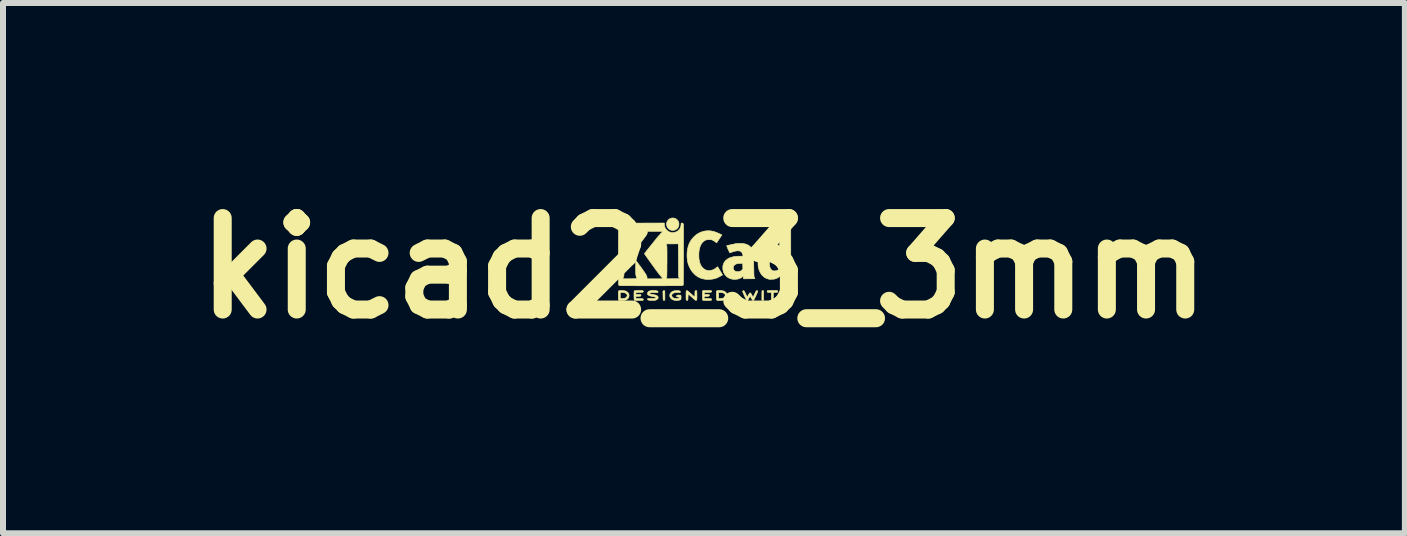
<source format=kicad_pcb>
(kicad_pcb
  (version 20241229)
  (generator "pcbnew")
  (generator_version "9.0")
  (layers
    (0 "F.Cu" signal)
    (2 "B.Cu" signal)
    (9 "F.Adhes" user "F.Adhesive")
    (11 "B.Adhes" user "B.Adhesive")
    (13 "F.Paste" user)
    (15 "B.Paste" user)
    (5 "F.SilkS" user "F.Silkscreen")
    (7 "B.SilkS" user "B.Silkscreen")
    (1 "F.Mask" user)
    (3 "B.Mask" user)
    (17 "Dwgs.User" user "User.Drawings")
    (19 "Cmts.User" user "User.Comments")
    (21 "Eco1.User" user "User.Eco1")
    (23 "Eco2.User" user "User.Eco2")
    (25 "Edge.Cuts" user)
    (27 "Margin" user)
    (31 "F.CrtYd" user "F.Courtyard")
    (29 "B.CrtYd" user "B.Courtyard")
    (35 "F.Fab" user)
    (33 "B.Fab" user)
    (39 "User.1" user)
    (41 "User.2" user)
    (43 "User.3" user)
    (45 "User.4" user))
  (footprint "kicad2_3_3mm"
    (layer "F.Cu")
    (at 8.68 1.418)
    (property "Reference" "kicad2_3_3mm" (at 0 0 0) (layer "F.SilkS") (effects (font (size 1.524 1.524) (thickness 0.3))))
    (attr through_hole)
    (fp_poly (pts (xy 0.984 0.374) (xy 0.987 0.376) (xy 0.993 0.379) (xy 0.993 0.533) (xy 0.987 0.536) (xy 0.982 0.538) (xy 0.978 0.538) (xy 0.974 0.536) (xy 0.969 0.534) (xy 0.966 0.533) (xy 0.966 0.532) (xy 0.965 0.53) (xy 0.965 0.524) (xy 0.965 0.515) (xy 0.965 0.503) (xy 0.965 0.489) (xy 0.965 0.472) (xy 0.965 0.456) (xy 0.965 0.436) (xy 0.965 0.42) (xy 0.965 0.407) (xy 0.966 0.397) (xy 0.966 0.39) (xy 0.966 0.385) (xy 0.967 0.381) (xy 0.968 0.379) (xy 0.969 0.378) (xy 0.969 0.377) (xy 0.977 0.374) (xy 0.984 0.374)) (stroke (width 0.01) (type solid)) (fill yes) (layer "F.SilkS"))
    (fp_poly (pts (xy -0.658 0.376) (xy -0.654 0.38) (xy -0.653 0.382) (xy -0.653 0.385) (xy -0.653 0.392) (xy -0.652 0.402) (xy -0.652 0.415) (xy -0.652 0.43) (xy -0.652 0.446) (xy -0.652 0.457) (xy -0.652 0.476) (xy -0.652 0.492) (xy -0.652 0.504) (xy -0.652 0.514) (xy -0.652 0.521) (xy -0.653 0.526) (xy -0.653 0.529) (xy -0.654 0.531) (xy -0.655 0.532) (xy -0.66 0.537) (xy -0.666 0.538) (xy -0.67 0.537) (xy -0.673 0.536) (xy -0.675 0.534) (xy -0.677 0.532) (xy -0.678 0.528) (xy -0.679 0.523) (xy -0.68 0.515) (xy -0.681 0.506) (xy -0.681 0.493) (xy -0.682 0.477) (xy -0.682 0.457) (xy -0.682 0.455) (xy -0.684 0.385) (xy -0.679 0.381) (xy -0.672 0.376) (xy -0.665 0.375) (xy -0.658 0.376)) (stroke (width 0.01) (type solid)) (fill yes) (layer "F.SilkS"))
    (fp_poly (pts (xy -0.499 -0.834) (xy -0.481 -0.828) (xy -0.463 -0.819) (xy -0.45 -0.809) (xy -0.436 -0.793) (xy -0.426 -0.776) (xy -0.419 -0.758) (xy -0.417 -0.737) (xy -0.417 -0.733) (xy -0.419 -0.711) (xy -0.424 -0.692) (xy -0.434 -0.674) (xy -0.446 -0.659) (xy -0.462 -0.646) (xy -0.481 -0.636) (xy -0.493 -0.632) (xy -0.504 -0.63) (xy -0.518 -0.629) (xy -0.532 -0.629) (xy -0.544 -0.631) (xy -0.547 -0.632) (xy -0.566 -0.639) (xy -0.583 -0.65) (xy -0.597 -0.663) (xy -0.609 -0.679) (xy -0.617 -0.696) (xy -0.622 -0.715) (xy -0.624 -0.735) (xy -0.623 -0.747) (xy -0.618 -0.767) (xy -0.609 -0.785) (xy -0.598 -0.8) (xy -0.585 -0.813) (xy -0.57 -0.823) (xy -0.553 -0.83) (xy -0.535 -0.835) (xy -0.517 -0.836) (xy -0.499 -0.834)) (stroke (width 0.01) (type solid)) (fill yes) (layer "F.SilkS"))
    (fp_poly (pts (xy 1.225 0.377) (xy 1.229 0.384) (xy 1.23 0.391) (xy 1.228 0.397) (xy 1.228 0.398) (xy 1.224 0.4) (xy 1.217 0.402) (xy 1.206 0.403) (xy 1.19 0.404) (xy 1.182 0.404) (xy 1.156 0.404) (xy 1.155 0.437) (xy 1.155 0.452) (xy 1.155 0.469) (xy 1.154 0.485) (xy 1.154 0.5) (xy 1.154 0.5) (xy 1.153 0.532) (xy 1.146 0.536) (xy 1.14 0.538) (xy 1.135 0.537) (xy 1.133 0.536) (xy 1.13 0.534) (xy 1.128 0.531) (xy 1.127 0.527) (xy 1.126 0.521) (xy 1.125 0.513) (xy 1.125 0.503) (xy 1.124 0.489) (xy 1.124 0.471) (xy 1.124 0.466) (xy 1.123 0.405) (xy 1.092 0.404) (xy 1.079 0.404) (xy 1.07 0.403) (xy 1.064 0.402) (xy 1.06 0.401) (xy 1.057 0.4) (xy 1.056 0.399) (xy 1.053 0.393) (xy 1.053 0.386) (xy 1.056 0.379) (xy 1.056 0.378) (xy 1.061 0.373) (xy 1.221 0.373) (xy 1.225 0.377)) (stroke (width 0.01) (type solid)) (fill yes) (layer "F.SilkS"))
    (fp_poly (pts (xy -1.371 0.373) (xy -1.357 0.374) (xy -1.343 0.375) (xy -1.33 0.376) (xy -1.318 0.378) (xy -1.309 0.38) (xy -1.292 0.388) (xy -1.276 0.398) (xy -1.264 0.41) (xy -1.255 0.425) (xy -1.253 0.429) (xy -1.249 0.445) (xy -1.248 0.462) (xy -1.252 0.478) (xy -1.258 0.493) (xy -1.268 0.507) (xy -1.281 0.518) (xy -1.296 0.527) (xy -1.301 0.529) (xy -1.31 0.532) (xy -1.32 0.534) (xy -1.332 0.536) (xy -1.346 0.537) (xy -1.363 0.537) (xy -1.381 0.538) (xy -1.418 0.538) (xy -1.422 0.532) (xy -1.423 0.53) (xy -1.423 0.527) (xy -1.424 0.522) (xy -1.425 0.515) (xy -1.425 0.506) (xy -1.395 0.506) (xy -1.362 0.505) (xy -1.348 0.505) (xy -1.338 0.504) (xy -1.33 0.504) (xy -1.324 0.502) (xy -1.319 0.501) (xy -1.316 0.5) (xy -1.302 0.493) (xy -1.291 0.483) (xy -1.283 0.471) (xy -1.279 0.46) (xy -1.28 0.45) (xy -1.284 0.439) (xy -1.286 0.435) (xy -1.294 0.427) (xy -1.303 0.419) (xy -1.314 0.413) (xy -1.32 0.411) (xy -1.334 0.408) (xy -1.349 0.406) (xy -1.366 0.405) (xy -1.376 0.404) (xy -1.395 0.404) (xy -1.395 0.506) (xy -1.425 0.506) (xy -1.425 0.506) (xy -1.426 0.494) (xy -1.426 0.478) (xy -1.426 0.468) (xy -1.426 0.445) (xy -1.426 0.426) (xy -1.426 0.41) (xy -1.425 0.398) (xy -1.424 0.389) (xy -1.422 0.382) (xy -1.42 0.378) (xy -1.419 0.377) (xy -1.415 0.375) (xy -1.408 0.374) (xy -1.397 0.373) (xy -1.385 0.373) (xy -1.371 0.373)) (stroke (width 0.01) (type solid)) (fill yes) (layer "F.SilkS"))
    (fp_poly (pts (xy 0.27 0.373) (xy 0.286 0.375) (xy 0.3 0.376) (xy 0.313 0.378) (xy 0.32 0.379) (xy 0.338 0.386) (xy 0.355 0.396) (xy 0.369 0.409) (xy 0.38 0.425) (xy 0.382 0.429) (xy 0.387 0.443) (xy 0.388 0.458) (xy 0.386 0.473) (xy 0.38 0.487) (xy 0.371 0.501) (xy 0.36 0.512) (xy 0.346 0.522) (xy 0.331 0.53) (xy 0.313 0.535) (xy 0.308 0.536) (xy 0.3 0.536) (xy 0.29 0.537) (xy 0.278 0.538) (xy 0.265 0.538) (xy 0.253 0.539) (xy 0.241 0.539) (xy 0.231 0.539) (xy 0.223 0.538) (xy 0.219 0.538) (xy 0.219 0.538) (xy 0.216 0.536) (xy 0.214 0.534) (xy 0.213 0.531) (xy 0.211 0.526) (xy 0.21 0.519) (xy 0.21 0.51) (xy 0.209 0.498) (xy 0.209 0.483) (xy 0.208 0.464) (xy 0.208 0.454) (xy 0.243 0.454) (xy 0.243 0.459) (xy 0.243 0.473) (xy 0.243 0.485) (xy 0.243 0.495) (xy 0.243 0.502) (xy 0.243 0.506) (xy 0.243 0.507) (xy 0.245 0.507) (xy 0.25 0.507) (xy 0.253 0.507) (xy 0.26 0.506) (xy 0.269 0.506) (xy 0.28 0.505) (xy 0.285 0.505) (xy 0.304 0.503) (xy 0.32 0.499) (xy 0.333 0.493) (xy 0.343 0.485) (xy 0.35 0.477) (xy 0.354 0.465) (xy 0.355 0.454) (xy 0.353 0.442) (xy 0.347 0.432) (xy 0.338 0.423) (xy 0.327 0.415) (xy 0.317 0.412) (xy 0.304 0.409) (xy 0.288 0.406) (xy 0.272 0.405) (xy 0.259 0.404) (xy 0.251 0.404) (xy 0.246 0.405) (xy 0.244 0.406) (xy 0.243 0.408) (xy 0.243 0.409) (xy 0.243 0.412) (xy 0.243 0.419) (xy 0.243 0.428) (xy 0.243 0.44) (xy 0.243 0.454) (xy 0.208 0.454) (xy 0.208 0.453) (xy 0.207 0.384) (xy 0.214 0.379) (xy 0.218 0.376) (xy 0.222 0.375) (xy 0.228 0.374) (xy 0.237 0.373) (xy 0.242 0.373) (xy 0.255 0.373) (xy 0.27 0.373)) (stroke (width 0.01) (type solid)) (fill yes) (layer "F.SilkS"))
    (fp_poly (pts (xy 1.307 0.375) (xy 1.31 0.377) (xy 1.314 0.38) (xy 1.317 0.387) (xy 1.318 0.397) (xy 1.319 0.411) (xy 1.319 0.413) (xy 1.319 0.422) (xy 1.319 0.429) (xy 1.32 0.434) (xy 1.32 0.436) (xy 1.322 0.436) (xy 1.325 0.437) (xy 1.331 0.437) (xy 1.34 0.438) (xy 1.352 0.438) (xy 1.367 0.438) (xy 1.379 0.438) (xy 1.436 0.437) (xy 1.437 0.409) (xy 1.438 0.396) (xy 1.439 0.386) (xy 1.44 0.38) (xy 1.441 0.378) (xy 1.446 0.375) (xy 1.453 0.375) (xy 1.46 0.378) (xy 1.461 0.379) (xy 1.467 0.383) (xy 1.467 0.445) (xy 1.467 0.467) (xy 1.466 0.486) (xy 1.466 0.501) (xy 1.465 0.512) (xy 1.464 0.521) (xy 1.463 0.528) (xy 1.461 0.532) (xy 1.459 0.535) (xy 1.456 0.537) (xy 1.452 0.538) (xy 1.45 0.538) (xy 1.445 0.537) (xy 1.442 0.535) (xy 1.44 0.532) (xy 1.438 0.526) (xy 1.438 0.517) (xy 1.437 0.505) (xy 1.437 0.5) (xy 1.437 0.47) (xy 1.379 0.47) (xy 1.362 0.47) (xy 1.349 0.47) (xy 1.338 0.47) (xy 1.331 0.47) (xy 1.326 0.471) (xy 1.323 0.471) (xy 1.321 0.472) (xy 1.32 0.473) (xy 1.32 0.474) (xy 1.32 0.477) (xy 1.319 0.484) (xy 1.319 0.493) (xy 1.319 0.497) (xy 1.318 0.512) (xy 1.317 0.523) (xy 1.315 0.53) (xy 1.311 0.535) (xy 1.306 0.537) (xy 1.301 0.538) (xy 1.295 0.536) (xy 1.292 0.532) (xy 1.291 0.53) (xy 1.29 0.528) (xy 1.289 0.524) (xy 1.289 0.519) (xy 1.289 0.513) (xy 1.288 0.504) (xy 1.288 0.492) (xy 1.288 0.477) (xy 1.288 0.458) (xy 1.288 0.453) (xy 1.289 0.434) (xy 1.289 0.418) (xy 1.289 0.406) (xy 1.289 0.396) (xy 1.289 0.389) (xy 1.29 0.384) (xy 1.291 0.381) (xy 1.291 0.379) (xy 1.292 0.378) (xy 1.293 0.378) (xy 1.299 0.375) (xy 1.307 0.375)) (stroke (width 0.01) (type solid)) (fill yes) (layer "F.SilkS"))
    (fp_poly (pts (xy -0.436 0.374) (xy -0.426 0.375) (xy -0.418 0.376) (xy -0.412 0.378) (xy -0.412 0.378) (xy -0.401 0.382) (xy -0.395 0.388) (xy -0.392 0.394) (xy -0.393 0.4) (xy -0.396 0.404) (xy -0.399 0.406) (xy -0.402 0.408) (xy -0.407 0.408) (xy -0.415 0.408) (xy -0.425 0.407) (xy -0.434 0.406) (xy -0.453 0.405) (xy -0.471 0.406) (xy -0.488 0.409) (xy -0.503 0.414) (xy -0.516 0.421) (xy -0.526 0.429) (xy -0.53 0.433) (xy -0.536 0.445) (xy -0.538 0.456) (xy -0.535 0.468) (xy -0.529 0.479) (xy -0.526 0.482) (xy -0.516 0.491) (xy -0.506 0.498) (xy -0.493 0.502) (xy -0.478 0.505) (xy -0.467 0.505) (xy -0.448 0.506) (xy -0.434 0.505) (xy -0.423 0.503) (xy -0.416 0.5) (xy -0.412 0.496) (xy -0.411 0.491) (xy -0.411 0.489) (xy -0.412 0.487) (xy -0.413 0.485) (xy -0.416 0.484) (xy -0.422 0.482) (xy -0.43 0.481) (xy -0.442 0.479) (xy -0.45 0.477) (xy -0.455 0.473) (xy -0.457 0.469) (xy -0.457 0.466) (xy -0.456 0.46) (xy -0.453 0.455) (xy -0.448 0.452) (xy -0.439 0.45) (xy -0.428 0.449) (xy -0.414 0.449) (xy -0.402 0.449) (xy -0.394 0.449) (xy -0.389 0.451) (xy -0.385 0.455) (xy -0.383 0.46) (xy -0.382 0.469) (xy -0.382 0.48) (xy -0.382 0.488) (xy -0.382 0.501) (xy -0.383 0.51) (xy -0.384 0.517) (xy -0.386 0.522) (xy -0.39 0.525) (xy -0.395 0.528) (xy -0.404 0.531) (xy -0.405 0.531) (xy -0.415 0.534) (xy -0.428 0.536) (xy -0.443 0.537) (xy -0.459 0.537) (xy -0.474 0.537) (xy -0.488 0.536) (xy -0.499 0.533) (xy -0.519 0.527) (xy -0.535 0.518) (xy -0.548 0.506) (xy -0.559 0.492) (xy -0.563 0.484) (xy -0.567 0.476) (xy -0.569 0.469) (xy -0.57 0.461) (xy -0.57 0.456) (xy -0.57 0.447) (xy -0.569 0.44) (xy -0.566 0.433) (xy -0.563 0.427) (xy -0.554 0.412) (xy -0.541 0.399) (xy -0.527 0.389) (xy -0.509 0.382) (xy -0.488 0.377) (xy -0.464 0.374) (xy -0.45 0.374) (xy -0.436 0.374)) (stroke (width 0.01) (type solid)) (fill yes) (layer "F.SilkS"))
    (fp_poly (pts (xy -1.094 0.374) (xy -1.088 0.374) (xy -1.02 0.374) (xy -1.015 0.379) (xy -1.011 0.384) (xy -1.01 0.388) (xy -1.011 0.391) (xy -1.013 0.397) (xy -1.017 0.4) (xy -1.02 0.401) (xy -1.028 0.402) (xy -1.039 0.403) (xy -1.053 0.404) (xy -1.071 0.404) (xy -1.076 0.404) (xy -1.091 0.405) (xy -1.104 0.405) (xy -1.115 0.406) (xy -1.124 0.406) (xy -1.13 0.407) (xy -1.132 0.407) (xy -1.132 0.409) (xy -1.133 0.415) (xy -1.134 0.422) (xy -1.134 0.423) (xy -1.135 0.438) (xy -1.1 0.438) (xy -1.088 0.438) (xy -1.077 0.439) (xy -1.067 0.439) (xy -1.06 0.44) (xy -1.058 0.44) (xy -1.053 0.442) (xy -1.05 0.445) (xy -1.05 0.45) (xy -1.05 0.451) (xy -1.05 0.457) (xy -1.052 0.462) (xy -1.056 0.465) (xy -1.063 0.467) (xy -1.073 0.468) (xy -1.074 0.468) (xy -1.086 0.469) (xy -1.099 0.469) (xy -1.111 0.47) (xy -1.114 0.47) (xy -1.135 0.47) (xy -1.135 0.505) (xy -1.106 0.507) (xy -1.092 0.507) (xy -1.078 0.508) (xy -1.064 0.508) (xy -1.054 0.508) (xy -1.04 0.508) (xy -1.03 0.509) (xy -1.022 0.51) (xy -1.017 0.512) (xy -1.014 0.514) (xy -1.012 0.516) (xy -1.01 0.52) (xy -1.011 0.525) (xy -1.012 0.528) (xy -1.014 0.533) (xy -1.018 0.536) (xy -1.021 0.536) (xy -1.027 0.537) (xy -1.036 0.537) (xy -1.048 0.538) (xy -1.061 0.538) (xy -1.077 0.538) (xy -1.092 0.538) (xy -1.108 0.538) (xy -1.122 0.538) (xy -1.126 0.538) (xy -1.138 0.538) (xy -1.147 0.538) (xy -1.153 0.537) (xy -1.156 0.536) (xy -1.159 0.535) (xy -1.16 0.534) (xy -1.161 0.532) (xy -1.162 0.529) (xy -1.163 0.521) (xy -1.164 0.511) (xy -1.165 0.498) (xy -1.166 0.483) (xy -1.166 0.468) (xy -1.166 0.452) (xy -1.166 0.436) (xy -1.166 0.421) (xy -1.165 0.41) (xy -1.165 0.4) (xy -1.164 0.393) (xy -1.164 0.387) (xy -1.162 0.382) (xy -1.159 0.378) (xy -1.155 0.376) (xy -1.148 0.375) (xy -1.14 0.374) (xy -1.128 0.374) (xy -1.113 0.374) (xy -1.094 0.374)) (stroke (width 0.01) (type solid)) (fill yes) (layer "F.SilkS"))
    (fp_poly (pts (xy -0.281 0.373) (xy -0.277 0.376) (xy -0.27 0.381) (xy -0.261 0.388) (xy -0.25 0.397) (xy -0.237 0.409) (xy -0.221 0.423) (xy -0.202 0.44) (xy -0.196 0.445) (xy -0.182 0.457) (xy -0.172 0.467) (xy -0.164 0.473) (xy -0.159 0.478) (xy -0.155 0.48) (xy -0.154 0.48) (xy -0.154 0.48) (xy -0.153 0.478) (xy -0.153 0.472) (xy -0.152 0.463) (xy -0.152 0.452) (xy -0.151 0.439) (xy -0.151 0.431) (xy -0.151 0.416) (xy -0.15 0.404) (xy -0.15 0.395) (xy -0.149 0.389) (xy -0.149 0.385) (xy -0.148 0.382) (xy -0.146 0.381) (xy -0.145 0.379) (xy -0.144 0.379) (xy -0.137 0.375) (xy -0.128 0.376) (xy -0.124 0.377) (xy -0.119 0.379) (xy -0.118 0.44) (xy -0.118 0.462) (xy -0.117 0.481) (xy -0.118 0.496) (xy -0.118 0.508) (xy -0.119 0.517) (xy -0.12 0.524) (xy -0.122 0.529) (xy -0.124 0.533) (xy -0.125 0.535) (xy -0.128 0.537) (xy -0.13 0.538) (xy -0.132 0.538) (xy -0.135 0.538) (xy -0.139 0.536) (xy -0.145 0.532) (xy -0.152 0.527) (xy -0.16 0.52) (xy -0.171 0.511) (xy -0.184 0.5) (xy -0.199 0.486) (xy -0.215 0.472) (xy -0.226 0.462) (xy -0.237 0.453) (xy -0.246 0.445) (xy -0.253 0.439) (xy -0.258 0.435) (xy -0.261 0.433) (xy -0.261 0.433) (xy -0.262 0.434) (xy -0.263 0.439) (xy -0.264 0.447) (xy -0.265 0.459) (xy -0.265 0.475) (xy -0.266 0.481) (xy -0.266 0.497) (xy -0.267 0.509) (xy -0.268 0.517) (xy -0.268 0.524) (xy -0.269 0.528) (xy -0.27 0.531) (xy -0.271 0.533) (xy -0.272 0.533) (xy -0.279 0.538) (xy -0.285 0.538) (xy -0.289 0.536) (xy -0.292 0.534) (xy -0.294 0.531) (xy -0.295 0.528) (xy -0.297 0.524) (xy -0.298 0.518) (xy -0.298 0.51) (xy -0.298 0.5) (xy -0.299 0.486) (xy -0.299 0.47) (xy -0.299 0.457) (xy -0.299 0.441) (xy -0.299 0.426) (xy -0.298 0.412) (xy -0.298 0.401) (xy -0.298 0.393) (xy -0.297 0.388) (xy -0.297 0.387) (xy -0.295 0.381) (xy -0.29 0.376) (xy -0.286 0.373) (xy -0.284 0.373) (xy -0.281 0.373)) (stroke (width 0.01) (type solid)) (fill yes) (layer "F.SilkS"))
    (fp_poly (pts (xy 0.042 0.373) (xy 0.063 0.373) (xy 0.081 0.373) (xy 0.095 0.374) (xy 0.106 0.374) (xy 0.114 0.375) (xy 0.12 0.376) (xy 0.123 0.377) (xy 0.125 0.379) (xy 0.126 0.383) (xy 0.127 0.389) (xy 0.127 0.393) (xy 0.126 0.396) (xy 0.124 0.398) (xy 0.12 0.4) (xy 0.114 0.401) (xy 0.106 0.402) (xy 0.095 0.403) (xy 0.08 0.404) (xy 0.064 0.404) (xy 0.049 0.405) (xy 0.036 0.405) (xy 0.024 0.406) (xy 0.016 0.407) (xy 0.01 0.407) (xy 0.009 0.408) (xy 0.008 0.411) (xy 0.007 0.417) (xy 0.006 0.423) (xy 0.005 0.437) (xy 0.045 0.438) (xy 0.058 0.439) (xy 0.07 0.439) (xy 0.079 0.44) (xy 0.085 0.441) (xy 0.087 0.441) (xy 0.09 0.447) (xy 0.09 0.454) (xy 0.088 0.461) (xy 0.087 0.461) (xy 0.084 0.464) (xy 0.081 0.466) (xy 0.075 0.467) (xy 0.066 0.468) (xy 0.057 0.469) (xy 0.045 0.469) (xy 0.032 0.47) (xy 0.027 0.47) (xy 0.004 0.47) (xy 0.004 0.506) (xy 0.014 0.506) (xy 0.033 0.506) (xy 0.052 0.507) (xy 0.069 0.508) (xy 0.085 0.508) (xy 0.098 0.509) (xy 0.109 0.51) (xy 0.118 0.51) (xy 0.122 0.511) (xy 0.123 0.511) (xy 0.125 0.515) (xy 0.126 0.52) (xy 0.126 0.521) (xy 0.126 0.527) (xy 0.124 0.532) (xy 0.123 0.533) (xy 0.122 0.534) (xy 0.12 0.535) (xy 0.118 0.536) (xy 0.114 0.537) (xy 0.109 0.537) (xy 0.101 0.537) (xy 0.091 0.538) (xy 0.078 0.538) (xy 0.061 0.538) (xy 0.051 0.538) (xy 0.035 0.538) (xy 0.02 0.537) (xy 0.006 0.537) (xy -0.005 0.537) (xy -0.013 0.536) (xy -0.018 0.536) (xy -0.019 0.536) (xy -0.02 0.534) (xy -0.022 0.531) (xy -0.023 0.526) (xy -0.024 0.518) (xy -0.024 0.508) (xy -0.025 0.496) (xy -0.025 0.479) (xy -0.025 0.459) (xy -0.025 0.45) (xy -0.025 0.432) (xy -0.025 0.417) (xy -0.025 0.406) (xy -0.025 0.397) (xy -0.025 0.391) (xy -0.024 0.386) (xy -0.023 0.383) (xy -0.022 0.381) (xy -0.021 0.379) (xy -0.021 0.379) (xy -0.017 0.373) (xy 0.042 0.373)) (stroke (width 0.01) (type solid)) (fill yes) (layer "F.SilkS"))
    (fp_poly (pts (xy -0.821 0.374) (xy -0.805 0.375) (xy -0.791 0.377) (xy -0.779 0.38) (xy -0.771 0.384) (xy -0.766 0.388) (xy -0.766 0.388) (xy -0.765 0.396) (xy -0.767 0.403) (xy -0.771 0.407) (xy -0.773 0.408) (xy -0.777 0.409) (xy -0.781 0.409) (xy -0.788 0.409) (xy -0.798 0.408) (xy -0.811 0.407) (xy -0.825 0.406) (xy -0.837 0.405) (xy -0.847 0.405) (xy -0.856 0.405) (xy -0.866 0.406) (xy -0.868 0.406) (xy -0.883 0.408) (xy -0.894 0.411) (xy -0.901 0.415) (xy -0.905 0.419) (xy -0.905 0.42) (xy -0.904 0.423) (xy -0.903 0.425) (xy -0.9 0.427) (xy -0.895 0.429) (xy -0.888 0.432) (xy -0.878 0.434) (xy -0.865 0.437) (xy -0.85 0.44) (xy -0.83 0.444) (xy -0.82 0.445) (xy -0.801 0.45) (xy -0.786 0.456) (xy -0.775 0.465) (xy -0.767 0.475) (xy -0.764 0.483) (xy -0.763 0.494) (xy -0.765 0.503) (xy -0.772 0.512) (xy -0.776 0.516) (xy -0.788 0.526) (xy -0.802 0.532) (xy -0.812 0.535) (xy -0.82 0.536) (xy -0.83 0.537) (xy -0.843 0.537) (xy -0.858 0.537) (xy -0.872 0.537) (xy -0.887 0.537) (xy -0.899 0.536) (xy -0.91 0.535) (xy -0.916 0.534) (xy -0.927 0.532) (xy -0.934 0.529) (xy -0.938 0.525) (xy -0.94 0.52) (xy -0.94 0.517) (xy -0.939 0.511) (xy -0.938 0.507) (xy -0.937 0.507) (xy -0.934 0.506) (xy -0.928 0.506) (xy -0.919 0.505) (xy -0.906 0.505) (xy -0.892 0.505) (xy -0.877 0.505) (xy -0.875 0.505) (xy -0.858 0.505) (xy -0.844 0.505) (xy -0.834 0.505) (xy -0.826 0.504) (xy -0.82 0.504) (xy -0.816 0.503) (xy -0.813 0.502) (xy -0.811 0.501) (xy -0.808 0.5) (xy -0.808 0.5) (xy -0.802 0.495) (xy -0.8 0.49) (xy -0.802 0.486) (xy -0.803 0.485) (xy -0.807 0.483) (xy -0.814 0.481) (xy -0.825 0.478) (xy -0.84 0.475) (xy -0.859 0.471) (xy -0.865 0.47) (xy -0.882 0.467) (xy -0.895 0.463) (xy -0.906 0.46) (xy -0.915 0.456) (xy -0.923 0.452) (xy -0.93 0.446) (xy -0.932 0.444) (xy -0.943 0.435) (xy -0.941 0.423) (xy -0.939 0.41) (xy -0.934 0.4) (xy -0.927 0.392) (xy -0.922 0.388) (xy -0.913 0.383) (xy -0.902 0.379) (xy -0.889 0.376) (xy -0.874 0.374) (xy -0.857 0.373) (xy -0.838 0.373) (xy -0.821 0.374)) (stroke (width 0.01) (type solid)) (fill yes) (layer "F.SilkS"))
    (fp_poly (pts (xy 0.888 0.376) (xy 0.89 0.378) (xy 0.894 0.383) (xy 0.895 0.388) (xy 0.895 0.39) (xy 0.893 0.395) (xy 0.891 0.403) (xy 0.886 0.413) (xy 0.881 0.425) (xy 0.875 0.439) (xy 0.868 0.453) (xy 0.862 0.468) (xy 0.855 0.482) (xy 0.848 0.496) (xy 0.843 0.507) (xy 0.836 0.52) (xy 0.83 0.529) (xy 0.826 0.535) (xy 0.821 0.539) (xy 0.817 0.539) (xy 0.813 0.538) (xy 0.812 0.537) (xy 0.809 0.533) (xy 0.804 0.527) (xy 0.799 0.518) (xy 0.793 0.507) (xy 0.788 0.498) (xy 0.781 0.486) (xy 0.776 0.477) (xy 0.773 0.471) (xy 0.77 0.467) (xy 0.769 0.466) (xy 0.767 0.466) (xy 0.767 0.467) (xy 0.765 0.47) (xy 0.762 0.476) (xy 0.757 0.485) (xy 0.752 0.495) (xy 0.749 0.499) (xy 0.744 0.51) (xy 0.739 0.519) (xy 0.735 0.527) (xy 0.732 0.532) (xy 0.731 0.533) (xy 0.725 0.538) (xy 0.719 0.539) (xy 0.713 0.535) (xy 0.712 0.535) (xy 0.71 0.531) (xy 0.706 0.526) (xy 0.702 0.519) (xy 0.697 0.51) (xy 0.691 0.497) (xy 0.684 0.482) (xy 0.675 0.463) (xy 0.675 0.462) (xy 0.666 0.443) (xy 0.659 0.427) (xy 0.654 0.415) (xy 0.65 0.405) (xy 0.647 0.397) (xy 0.645 0.392) (xy 0.645 0.387) (xy 0.645 0.384) (xy 0.646 0.382) (xy 0.648 0.38) (xy 0.648 0.38) (xy 0.654 0.376) (xy 0.661 0.375) (xy 0.668 0.379) (xy 0.668 0.379) (xy 0.67 0.383) (xy 0.674 0.389) (xy 0.679 0.398) (xy 0.685 0.409) (xy 0.691 0.422) (xy 0.696 0.432) (xy 0.703 0.445) (xy 0.708 0.457) (xy 0.713 0.467) (xy 0.718 0.475) (xy 0.72 0.479) (xy 0.721 0.48) (xy 0.723 0.479) (xy 0.726 0.474) (xy 0.73 0.467) (xy 0.735 0.458) (xy 0.737 0.453) (xy 0.745 0.44) (xy 0.751 0.43) (xy 0.755 0.423) (xy 0.759 0.418) (xy 0.762 0.415) (xy 0.765 0.413) (xy 0.769 0.413) (xy 0.769 0.413) (xy 0.773 0.413) (xy 0.776 0.415) (xy 0.78 0.418) (xy 0.784 0.424) (xy 0.789 0.432) (xy 0.795 0.443) (xy 0.8 0.452) (xy 0.805 0.463) (xy 0.81 0.47) (xy 0.813 0.476) (xy 0.816 0.478) (xy 0.819 0.478) (xy 0.822 0.475) (xy 0.826 0.469) (xy 0.831 0.459) (xy 0.837 0.446) (xy 0.842 0.435) (xy 0.849 0.421) (xy 0.855 0.409) (xy 0.861 0.398) (xy 0.866 0.388) (xy 0.869 0.382) (xy 0.871 0.38) (xy 0.877 0.374) (xy 0.882 0.373) (xy 0.888 0.376)) (stroke (width 0.01) (type solid)) (fill yes) (layer "F.SilkS"))
    (fp_poly (pts (xy 0.117 -0.62) (xy 0.154 -0.613) (xy 0.165 -0.61) (xy 0.179 -0.605) (xy 0.194 -0.6) (xy 0.209 -0.594) (xy 0.227 -0.587) (xy 0.247 -0.578) (xy 0.259 -0.573) (xy 0.27 -0.568) (xy 0.28 -0.563) (xy 0.288 -0.56) (xy 0.294 -0.557) (xy 0.296 -0.557) (xy 0.298 -0.556) (xy 0.298 -0.554) (xy 0.296 -0.55) (xy 0.292 -0.544) (xy 0.292 -0.543) (xy 0.288 -0.538) (xy 0.283 -0.53) (xy 0.276 -0.519) (xy 0.269 -0.508) (xy 0.26 -0.495) (xy 0.252 -0.483) (xy 0.243 -0.47) (xy 0.235 -0.458) (xy 0.228 -0.447) (xy 0.222 -0.438) (xy 0.217 -0.431) (xy 0.214 -0.427) (xy 0.214 -0.426) (xy 0.21 -0.421) (xy 0.192 -0.436) (xy 0.172 -0.45) (xy 0.154 -0.461) (xy 0.135 -0.47) (xy 0.133 -0.47) (xy 0.127 -0.472) (xy 0.122 -0.473) (xy 0.115 -0.474) (xy 0.107 -0.475) (xy 0.096 -0.475) (xy 0.087 -0.475) (xy 0.071 -0.475) (xy 0.058 -0.474) (xy 0.047 -0.473) (xy 0.037 -0.47) (xy 0.027 -0.466) (xy 0.016 -0.461) (xy 0.015 -0.46) (xy 0.002 -0.452) (xy -0.011 -0.442) (xy -0.024 -0.43) (xy -0.035 -0.417) (xy -0.037 -0.414) (xy -0.051 -0.39) (xy -0.063 -0.363) (xy -0.073 -0.333) (xy -0.08 -0.3) (xy -0.084 -0.265) (xy -0.086 -0.227) (xy -0.085 -0.186) (xy -0.085 -0.181) (xy -0.082 -0.146) (xy -0.076 -0.114) (xy -0.068 -0.085) (xy -0.058 -0.059) (xy -0.046 -0.036) (xy -0.03 -0.016) (xy -0.013 0.002) (xy 0.002 0.014) (xy 0.021 0.026) (xy 0.04 0.034) (xy 0.061 0.039) (xy 0.085 0.041) (xy 0.086 0.041) (xy 0.111 0.038) (xy 0.137 0.032) (xy 0.162 0.022) (xy 0.187 0.007) (xy 0.212 -0.012) (xy 0.213 -0.013) (xy 0.219 -0.018) (xy 0.224 -0.021) (xy 0.226 -0.023) (xy 0.227 -0.023) (xy 0.229 -0.022) (xy 0.232 -0.018) (xy 0.232 -0.016) (xy 0.234 -0.013) (xy 0.238 -0.006) (xy 0.244 0.003) (xy 0.251 0.014) (xy 0.259 0.027) (xy 0.267 0.042) (xy 0.273 0.051) (xy 0.281 0.065) (xy 0.289 0.078) (xy 0.296 0.09) (xy 0.302 0.1) (xy 0.306 0.107) (xy 0.309 0.111) (xy 0.309 0.112) (xy 0.307 0.114) (xy 0.302 0.118) (xy 0.294 0.123) (xy 0.284 0.128) (xy 0.272 0.134) (xy 0.26 0.141) (xy 0.246 0.148) (xy 0.233 0.154) (xy 0.22 0.16) (xy 0.209 0.165) (xy 0.199 0.168) (xy 0.194 0.17) (xy 0.173 0.176) (xy 0.149 0.181) (xy 0.123 0.185) (xy 0.105 0.186) (xy 0.093 0.187) (xy 0.082 0.188) (xy 0.072 0.188) (xy 0.063 0.188) (xy 0.052 0.187) (xy 0.038 0.187) (xy 0.033 0.186) (xy 0.007 0.183) (xy -0.02 0.177) (xy -0.048 0.169) (xy -0.058 0.165) (xy -0.089 0.151) (xy -0.119 0.133) (xy -0.147 0.111) (xy -0.172 0.086) (xy -0.196 0.059) (xy -0.217 0.029) (xy -0.236 -0.004) (xy -0.251 -0.038) (xy -0.264 -0.074) (xy -0.267 -0.086) (xy -0.273 -0.112) (xy -0.277 -0.138) (xy -0.28 -0.164) (xy -0.282 -0.192) (xy -0.282 -0.216) (xy -0.281 -0.261) (xy -0.276 -0.303) (xy -0.268 -0.343) (xy -0.257 -0.381) (xy -0.243 -0.416) (xy -0.225 -0.449) (xy -0.204 -0.48) (xy -0.197 -0.49) (xy -0.186 -0.502) (xy -0.174 -0.515) (xy -0.16 -0.529) (xy -0.146 -0.542) (xy -0.132 -0.553) (xy -0.126 -0.558) (xy -0.095 -0.579) (xy -0.062 -0.595) (xy -0.027 -0.608) (xy 0.008 -0.617) (xy 0.044 -0.622) (xy 0.08 -0.623) (xy 0.117 -0.62)) (stroke (width 0.01) (type solid)) (fill yes) (layer "F.SilkS"))
    (fp_poly (pts (xy 1.446 -0.265) (xy 1.446 -0.216) (xy 1.446 -0.172) (xy 1.446 -0.131) (xy 1.447 -0.093) (xy 1.447 -0.06) (xy 1.447 -0.029) (xy 1.447 -0.002) (xy 1.447 0.022) (xy 1.447 0.044) (xy 1.447 0.063) (xy 1.448 0.079) (xy 1.448 0.094) (xy 1.448 0.106) (xy 1.449 0.117) (xy 1.449 0.126) (xy 1.45 0.133) (xy 1.45 0.139) (xy 1.451 0.144) (xy 1.452 0.148) (xy 1.453 0.152) (xy 1.454 0.154) (xy 1.455 0.157) (xy 1.456 0.159) (xy 1.458 0.161) (xy 1.459 0.164) (xy 1.46 0.166) (xy 1.467 0.178) (xy 1.272 0.178) (xy 1.272 0.159) (xy 1.272 0.148) (xy 1.271 0.141) (xy 1.27 0.137) (xy 1.267 0.136) (xy 1.263 0.138) (xy 1.262 0.139) (xy 1.24 0.154) (xy 1.22 0.166) (xy 1.2 0.174) (xy 1.182 0.18) (xy 1.174 0.182) (xy 1.165 0.183) (xy 1.154 0.184) (xy 1.141 0.185) (xy 1.128 0.185) (xy 1.116 0.186) (xy 1.105 0.186) (xy 1.097 0.186) (xy 1.091 0.186) (xy 1.089 0.185) (xy 1.086 0.185) (xy 1.08 0.183) (xy 1.072 0.181) (xy 1.071 0.181) (xy 1.057 0.177) (xy 1.042 0.171) (xy 1.026 0.164) (xy 1.012 0.156) (xy 1.003 0.149) (xy 0.982 0.132) (xy 0.962 0.111) (xy 0.945 0.087) (xy 0.931 0.06) (xy 0.919 0.032) (xy 0.91 0.001) (xy 0.907 -0.01) (xy 0.903 -0.034) (xy 0.901 -0.062) (xy 0.9 -0.092) (xy 0.901 -0.112) (xy 1.09 -0.112) (xy 1.09 -0.096) (xy 1.09 -0.079) (xy 1.091 -0.064) (xy 1.092 -0.05) (xy 1.093 -0.04) (xy 1.093 -0.034) (xy 1.099 -0.016) (xy 1.106 0.002) (xy 1.115 0.017) (xy 1.125 0.029) (xy 1.132 0.035) (xy 1.141 0.04) (xy 1.148 0.043) (xy 1.157 0.045) (xy 1.167 0.046) (xy 1.179 0.046) (xy 1.19 0.045) (xy 1.199 0.044) (xy 1.207 0.042) (xy 1.215 0.04) (xy 1.218 0.038) (xy 1.228 0.034) (xy 1.238 0.029) (xy 1.247 0.024) (xy 1.248 0.024) (xy 1.26 0.016) (xy 1.261 -0.118) (xy 1.262 -0.252) (xy 1.249 -0.259) (xy 1.229 -0.269) (xy 1.209 -0.276) (xy 1.19 -0.279) (xy 1.172 -0.279) (xy 1.155 -0.275) (xy 1.149 -0.272) (xy 1.135 -0.263) (xy 1.123 -0.251) (xy 1.113 -0.235) (xy 1.104 -0.215) (xy 1.097 -0.193) (xy 1.093 -0.168) (xy 1.092 -0.166) (xy 1.091 -0.156) (xy 1.091 -0.144) (xy 1.09 -0.129) (xy 1.09 -0.112) (xy 0.901 -0.112) (xy 0.901 -0.124) (xy 0.903 -0.157) (xy 0.905 -0.172) (xy 0.911 -0.21) (xy 0.919 -0.244) (xy 0.93 -0.276) (xy 0.944 -0.305) (xy 0.96 -0.331) (xy 0.979 -0.353) (xy 1 -0.372) (xy 1.023 -0.388) (xy 1.048 -0.4) (xy 1.056 -0.402) (xy 1.064 -0.405) (xy 1.071 -0.407) (xy 1.077 -0.408) (xy 1.084 -0.409) (xy 1.093 -0.41) (xy 1.105 -0.41) (xy 1.111 -0.41) (xy 1.136 -0.41) (xy 1.159 -0.409) (xy 1.178 -0.407) (xy 1.195 -0.403) (xy 1.211 -0.397) (xy 1.227 -0.39) (xy 1.238 -0.383) (xy 1.258 -0.37) (xy 1.26 -0.378) (xy 1.26 -0.384) (xy 1.261 -0.394) (xy 1.261 -0.407) (xy 1.262 -0.423) (xy 1.262 -0.441) (xy 1.261 -0.46) (xy 1.261 -0.481) (xy 1.261 -0.502) (xy 1.26 -0.523) (xy 1.26 -0.543) (xy 1.259 -0.563) (xy 1.259 -0.581) (xy 1.258 -0.596) (xy 1.257 -0.609) (xy 1.256 -0.619) (xy 1.255 -0.625) (xy 1.255 -0.626) (xy 1.253 -0.633) (xy 1.249 -0.642) (xy 1.246 -0.648) (xy 1.238 -0.66) (xy 1.446 -0.66) (xy 1.446 -0.265)) (stroke (width 0.01) (type solid)) (fill yes) (layer "F.SilkS"))
    (fp_poly (pts (xy 0.615 -0.411) (xy 0.633 -0.411) (xy 0.649 -0.41) (xy 0.663 -0.408) (xy 0.677 -0.405) (xy 0.69 -0.402) (xy 0.704 -0.398) (xy 0.725 -0.389) (xy 0.744 -0.379) (xy 0.762 -0.366) (xy 0.773 -0.356) (xy 0.785 -0.342) (xy 0.796 -0.327) (xy 0.804 -0.312) (xy 0.812 -0.293) (xy 0.818 -0.272) (xy 0.819 -0.268) (xy 0.821 -0.262) (xy 0.822 -0.255) (xy 0.823 -0.247) (xy 0.824 -0.238) (xy 0.825 -0.228) (xy 0.825 -0.215) (xy 0.826 -0.2) (xy 0.827 -0.183) (xy 0.827 -0.163) (xy 0.828 -0.14) (xy 0.828 -0.113) (xy 0.829 -0.083) (xy 0.829 -0.049) (xy 0.83 -0.033) (xy 0.83 -0.007) (xy 0.831 0.017) (xy 0.831 0.04) (xy 0.831 0.062) (xy 0.832 0.082) (xy 0.832 0.099) (xy 0.833 0.113) (xy 0.833 0.125) (xy 0.834 0.132) (xy 0.834 0.135) (xy 0.836 0.146) (xy 0.838 0.154) (xy 0.841 0.162) (xy 0.842 0.163) (xy 0.846 0.169) (xy 0.848 0.174) (xy 0.848 0.175) (xy 0.846 0.176) (xy 0.839 0.176) (xy 0.83 0.176) (xy 0.818 0.176) (xy 0.803 0.177) (xy 0.786 0.177) (xy 0.767 0.177) (xy 0.753 0.177) (xy 0.659 0.178) (xy 0.657 0.157) (xy 0.656 0.148) (xy 0.656 0.141) (xy 0.655 0.136) (xy 0.654 0.135) (xy 0.652 0.137) (xy 0.647 0.14) (xy 0.641 0.144) (xy 0.641 0.145) (xy 0.616 0.161) (xy 0.592 0.173) (xy 0.567 0.181) (xy 0.55 0.184) (xy 0.536 0.185) (xy 0.52 0.186) (xy 0.504 0.186) (xy 0.489 0.185) (xy 0.475 0.184) (xy 0.467 0.183) (xy 0.453 0.179) (xy 0.438 0.174) (xy 0.422 0.168) (xy 0.408 0.161) (xy 0.396 0.154) (xy 0.396 0.154) (xy 0.375 0.138) (xy 0.357 0.119) (xy 0.341 0.097) (xy 0.329 0.073) (xy 0.32 0.048) (xy 0.315 0.02) (xy 0.314 -0.005) (xy 0.488 -0.005) (xy 0.489 0.009) (xy 0.493 0.021) (xy 0.499 0.032) (xy 0.507 0.04) (xy 0.517 0.048) (xy 0.527 0.053) (xy 0.539 0.057) (xy 0.553 0.058) (xy 0.569 0.059) (xy 0.58 0.058) (xy 0.588 0.057) (xy 0.595 0.055) (xy 0.602 0.052) (xy 0.62 0.042) (xy 0.635 0.03) (xy 0.641 0.023) (xy 0.648 0.014) (xy 0.647 -0.031) (xy 0.646 -0.045) (xy 0.646 -0.058) (xy 0.645 -0.067) (xy 0.644 -0.074) (xy 0.643 -0.077) (xy 0.643 -0.077) (xy 0.64 -0.078) (xy 0.634 -0.079) (xy 0.625 -0.079) (xy 0.614 -0.079) (xy 0.602 -0.079) (xy 0.589 -0.078) (xy 0.578 -0.078) (xy 0.568 -0.077) (xy 0.559 -0.076) (xy 0.557 -0.075) (xy 0.538 -0.07) (xy 0.521 -0.061) (xy 0.507 -0.05) (xy 0.496 -0.037) (xy 0.494 -0.034) (xy 0.491 -0.027) (xy 0.489 -0.021) (xy 0.488 -0.014) (xy 0.488 -0.005) (xy 0.314 -0.005) (xy 0.314 -0.008) (xy 0.314 -0.019) (xy 0.317 -0.046) (xy 0.324 -0.07) (xy 0.335 -0.093) (xy 0.349 -0.113) (xy 0.367 -0.132) (xy 0.378 -0.141) (xy 0.397 -0.155) (xy 0.418 -0.167) (xy 0.441 -0.176) (xy 0.466 -0.184) (xy 0.493 -0.191) (xy 0.524 -0.195) (xy 0.557 -0.198) (xy 0.594 -0.199) (xy 0.607 -0.199) (xy 0.622 -0.199) (xy 0.633 -0.199) (xy 0.641 -0.199) (xy 0.646 -0.2) (xy 0.649 -0.202) (xy 0.65 -0.206) (xy 0.649 -0.21) (xy 0.648 -0.217) (xy 0.647 -0.223) (xy 0.641 -0.241) (xy 0.634 -0.257) (xy 0.624 -0.269) (xy 0.612 -0.279) (xy 0.598 -0.285) (xy 0.581 -0.289) (xy 0.562 -0.289) (xy 0.539 -0.287) (xy 0.514 -0.282) (xy 0.486 -0.274) (xy 0.455 -0.263) (xy 0.454 -0.263) (xy 0.444 -0.259) (xy 0.437 -0.256) (xy 0.432 -0.256) (xy 0.43 -0.256) (xy 0.429 -0.257) (xy 0.427 -0.261) (xy 0.423 -0.268) (xy 0.419 -0.277) (xy 0.414 -0.289) (xy 0.408 -0.302) (xy 0.402 -0.315) (xy 0.396 -0.328) (xy 0.391 -0.341) (xy 0.386 -0.353) (xy 0.383 -0.362) (xy 0.38 -0.369) (xy 0.379 -0.373) (xy 0.379 -0.374) (xy 0.381 -0.376) (xy 0.384 -0.377) (xy 0.387 -0.377) (xy 0.394 -0.379) (xy 0.404 -0.38) (xy 0.415 -0.383) (xy 0.428 -0.386) (xy 0.431 -0.386) (xy 0.455 -0.392) (xy 0.475 -0.396) (xy 0.492 -0.4) (xy 0.506 -0.403) (xy 0.518 -0.406) (xy 0.528 -0.408) (xy 0.537 -0.409) (xy 0.544 -0.41) (xy 0.552 -0.411) (xy 0.559 -0.411) (xy 0.568 -0.411) (xy 0.577 -0.411) (xy 0.587 -0.411) (xy 0.593 -0.411) (xy 0.615 -0.411)) (stroke (width 0.01) (type solid)) (fill yes) (layer "F.SilkS"))
    (fp_poly (pts (xy -0.66 -0.729) (xy -0.658 -0.711) (xy -0.656 -0.696) (xy -0.652 -0.683) (xy -0.646 -0.67) (xy -0.644 -0.666) (xy -0.636 -0.653) (xy -0.625 -0.64) (xy -0.612 -0.627) (xy -0.599 -0.616) (xy -0.587 -0.609) (xy -0.564 -0.599) (xy -0.542 -0.593) (xy -0.52 -0.591) (xy -0.498 -0.593) (xy -0.476 -0.6) (xy -0.46 -0.607) (xy -0.449 -0.612) (xy -0.441 -0.617) (xy -0.433 -0.624) (xy -0.424 -0.632) (xy -0.422 -0.634) (xy -0.408 -0.649) (xy -0.398 -0.665) (xy -0.39 -0.682) (xy -0.385 -0.701) (xy -0.382 -0.723) (xy -0.382 -0.729) (xy -0.38 -0.751) (xy -0.37 -0.751) (xy -0.364 -0.751) (xy -0.358 -0.749) (xy -0.351 -0.744) (xy -0.351 -0.744) (xy -0.341 -0.736) (xy -0.341 -0.351) (xy -0.341 -0.308) (xy -0.341 -0.266) (xy -0.341 -0.224) (xy -0.341 -0.182) (xy -0.341 -0.141) (xy -0.341 -0.102) (xy -0.342 -0.063) (xy -0.342 -0.027) (xy -0.342 0.008) (xy -0.342 0.04) (xy -0.342 0.07) (xy -0.342 0.096) (xy -0.342 0.12) (xy -0.342 0.14) (xy -0.343 0.155) (xy -0.343 0.157) (xy -0.344 0.279) (xy -0.349 0.285) (xy -0.351 0.287) (xy -0.353 0.288) (xy -0.356 0.289) (xy -0.36 0.29) (xy -0.366 0.29) (xy -0.375 0.291) (xy -0.387 0.292) (xy -0.4 0.292) (xy -0.407 0.292) (xy -0.417 0.292) (xy -0.431 0.293) (xy -0.449 0.293) (xy -0.47 0.293) (xy -0.494 0.293) (xy -0.52 0.293) (xy -0.55 0.293) (xy -0.581 0.293) (xy -0.615 0.293) (xy -0.65 0.294) (xy -0.686 0.294) (xy -0.724 0.294) (xy -0.763 0.294) (xy -0.803 0.294) (xy -0.843 0.294) (xy -0.884 0.294) (xy -0.924 0.294) (xy -0.965 0.294) (xy -1.004 0.294) (xy -1.044 0.294) (xy -1.082 0.294) (xy -1.119 0.294) (xy -1.154 0.293) (xy -1.188 0.293) (xy -1.22 0.293) (xy -1.249 0.293) (xy -1.276 0.293) (xy -1.301 0.293) (xy -1.322 0.293) (xy -1.341 0.293) (xy -1.356 0.293) (xy -1.367 0.292) (xy -1.374 0.292) (xy -1.387 0.292) (xy -1.399 0.291) (xy -1.408 0.29) (xy -1.414 0.289) (xy -1.415 0.288) (xy -1.419 0.284) (xy -1.421 0.28) (xy -1.422 0.276) (xy -1.422 0.267) (xy -1.423 0.255) (xy -1.423 0.24) (xy -1.424 0.221) (xy -1.424 0.199) (xy -1.424 0.175) (xy -1.425 0.147) (xy -1.425 0.118) (xy -1.425 0.086) (xy -1.425 0.052) (xy -1.426 0.017) (xy -1.426 -0.02) (xy -1.426 -0.058) (xy -1.426 -0.097) (xy -1.426 -0.136) (xy -1.426 -0.176) (xy -1.426 -0.217) (xy -1.426 -0.257) (xy -1.426 -0.298) (xy -1.426 -0.338) (xy -1.426 -0.377) (xy -1.426 -0.416) (xy -1.425 -0.453) (xy -1.425 -0.489) (xy -1.425 -0.524) (xy -1.425 -0.557) (xy -1.424 -0.588) (xy -1.424 -0.61) (xy -1.355 -0.61) (xy -1.353 -0.606) (xy -1.349 -0.599) (xy -1.344 -0.592) (xy -1.341 -0.585) (xy -1.338 -0.577) (xy -1.336 -0.568) (xy -1.335 -0.557) (xy -1.334 -0.543) (xy -1.333 -0.537) (xy -1.333 -0.53) (xy -1.333 -0.519) (xy -1.333 -0.504) (xy -1.333 -0.486) (xy -1.332 -0.465) (xy -1.332 -0.442) (xy -1.332 -0.416) (xy -1.332 -0.389) (xy -1.332 -0.359) (xy -1.332 -0.328) (xy -1.332 -0.296) (xy -1.332 -0.264) (xy -1.332 -0.23) (xy -1.332 -0.197) (xy -1.332 -0.164) (xy -1.332 -0.132) (xy -1.332 -0.1) (xy -1.332 -0.069) (xy -1.332 -0.04) (xy -1.332 -0.013) (xy -1.332 0.012) (xy -1.332 0.035) (xy -1.333 0.055) (xy -1.333 0.072) (xy -1.333 0.086) (xy -1.333 0.096) (xy -1.333 0.101) (xy -1.334 0.115) (xy -1.335 0.127) (xy -1.337 0.136) (xy -1.339 0.143) (xy -1.341 0.149) (xy -1.345 0.156) (xy -1.349 0.162) (xy -1.353 0.169) (xy -1.355 0.173) (xy -1.355 0.175) (xy -1.353 0.176) (xy -1.353 0.176) (xy -1.35 0.177) (xy -1.342 0.177) (xy -1.331 0.177) (xy -1.318 0.177) (xy -1.301 0.178) (xy -1.282 0.178) (xy -1.262 0.177) (xy -1.239 0.177) (xy -1.216 0.177) (xy -1.191 0.177) (xy -1.184 0.176) (xy -1.164 0.176) (xy -1.148 0.175) (xy -1.136 0.175) (xy -1.126 0.175) (xy -1.12 0.174) (xy -1.117 0.173) (xy -1.115 0.172) (xy -1.115 0.172) (xy -1.116 0.169) (xy -1.119 0.164) (xy -1.121 0.161) (xy -1.124 0.154) (xy -1.127 0.146) (xy -1.13 0.138) (xy -1.132 0.129) (xy -1.134 0.118) (xy -1.136 0.105) (xy -1.137 0.091) (xy -1.138 0.073) (xy -1.138 0.053) (xy -1.138 0.03) (xy -1.138 0.003) (xy -1.138 -0.028) (xy -1.138 -0.035) (xy -1.138 -0.132) (xy -1.116 -0.104) (xy -1.089 -0.067) (xy -1.064 -0.034) (xy -1.042 -0.003) (xy -1.022 0.024) (xy -1.005 0.049) (xy -0.99 0.07) (xy -0.979 0.088) (xy -0.969 0.102) (xy -0.963 0.114) (xy -0.961 0.118) (xy -0.956 0.128) (xy -0.953 0.135) (xy -0.951 0.141) (xy -0.95 0.148) (xy -0.949 0.156) (xy -0.949 0.158) (xy -0.948 0.178) (xy -0.815 0.178) (xy -0.791 0.178) (xy -0.769 0.178) (xy -0.749 0.178) (xy -0.731 0.178) (xy -0.715 0.177) (xy -0.701 0.177) (xy -0.691 0.177) (xy -0.685 0.177) (xy -0.682 0.177) (xy -0.682 0.177) (xy -0.683 0.175) (xy -0.685 0.172) (xy -0.633 0.172) (xy -0.632 0.174) (xy -0.628 0.175) (xy -0.621 0.176) (xy -0.613 0.176) (xy -0.607 0.177) (xy -0.597 0.177) (xy -0.585 0.177) (xy -0.571 0.177) (xy -0.555 0.177) (xy -0.538 0.176) (xy -0.52 0.176) (xy -0.502 0.176) (xy -0.484 0.176) (xy -0.467 0.176) (xy -0.451 0.176) (xy -0.437 0.175) (xy -0.425 0.175) (xy -0.416 0.175) (xy -0.411 0.175) (xy -0.409 0.174) (xy -0.409 0.172) (xy -0.411 0.167) (xy -0.415 0.16) (xy -0.417 0.157) (xy -0.425 0.14) (xy -0.425 0.01) (xy -0.425 -0.017) (xy -0.426 -0.047) (xy -0.426 -0.08) (xy -0.426 -0.115) (xy -0.426 -0.149) (xy -0.426 -0.184) (xy -0.426 -0.217) (xy -0.427 -0.248) (xy -0.427 -0.263) (xy -0.428 -0.405) (xy -0.462 -0.405) (xy -0.473 -0.405) (xy -0.488 -0.405) (xy -0.505 -0.404) (xy -0.523 -0.404) (xy -0.542 -0.404) (xy -0.56 -0.404) (xy -0.562 -0.404) (xy -0.578 -0.404) (xy -0.593 -0.404) (xy -0.607 -0.404) (xy -0.617 -0.403) (xy -0.625 -0.403) (xy -0.63 -0.403) (xy -0.631 -0.402) (xy -0.632 -0.401) (xy -0.631 -0.398) (xy -0.629 -0.392) (xy -0.627 -0.389) (xy -0.623 -0.382) (xy -0.621 -0.376) (xy -0.62 -0.369) (xy -0.618 -0.36) (xy -0.618 -0.355) (xy -0.617 -0.349) (xy -0.617 -0.339) (xy -0.617 -0.326) (xy -0.617 -0.31) (xy -0.616 -0.291) (xy -0.616 -0.27) (xy -0.616 -0.247) (xy -0.616 -0.222) (xy -0.616 -0.196) (xy -0.616 -0.169) (xy -0.616 -0.141) (xy -0.616 -0.112) (xy -0.616 -0.083) (xy -0.617 -0.055) (xy -0.617 -0.027) (xy -0.617 -0.000352) (xy -0.617 0.025) (xy -0.617 0.049) (xy -0.618 0.072) (xy -0.618 0.092) (xy -0.618 0.109) (xy -0.619 0.124) (xy -0.619 0.136) (xy -0.619 0.144) (xy -0.62 0.148) (xy -0.62 0.148) (xy -0.623 0.155) (xy -0.627 0.162) (xy -0.629 0.165) (xy -0.632 0.169) (xy -0.633 0.172) (xy -0.685 0.172) (xy -0.687 0.17) (xy -0.692 0.164) (xy -0.7 0.156) (xy -0.706 0.149) (xy -0.716 0.137) (xy -0.728 0.123) (xy -0.74 0.109) (xy -0.75 0.096) (xy -0.752 0.093) (xy -0.761 0.081) (xy -0.772 0.067) (xy -0.784 0.05) (xy -0.798 0.032) (xy -0.812 0.012) (xy -0.827 -0.008) (xy -0.842 -0.03) (xy -0.858 -0.051) (xy -0.874 -0.073) (xy -0.89 -0.095) (xy -0.905 -0.116) (xy -0.919 -0.137) (xy -0.933 -0.156) (xy -0.946 -0.174) (xy -0.958 -0.191) (xy -0.968 -0.205) (xy -0.976 -0.217) (xy -0.982 -0.226) (xy -0.986 -0.232) (xy -0.987 -0.234) (xy -0.99 -0.239) (xy -0.99 -0.243) (xy -0.989 -0.246) (xy -0.987 -0.249) (xy -0.983 -0.254) (xy -0.976 -0.263) (xy -0.968 -0.273) (xy -0.958 -0.286) (xy -0.946 -0.301) (xy -0.933 -0.317) (xy -0.92 -0.334) (xy -0.905 -0.352) (xy -0.89 -0.371) (xy -0.875 -0.39) (xy -0.859 -0.409) (xy -0.844 -0.428) (xy -0.829 -0.447) (xy -0.815 -0.464) (xy -0.802 -0.48) (xy -0.79 -0.495) (xy -0.782 -0.505) (xy -0.769 -0.521) (xy -0.755 -0.537) (xy -0.741 -0.552) (xy -0.728 -0.567) (xy -0.716 -0.58) (xy -0.705 -0.591) (xy -0.696 -0.599) (xy -0.689 -0.605) (xy -0.689 -0.605) (xy -0.686 -0.608) (xy -0.684 -0.611) (xy -0.685 -0.611) (xy -0.687 -0.612) (xy -0.693 -0.612) (xy -0.703 -0.612) (xy -0.716 -0.612) (xy -0.731 -0.613) (xy -0.749 -0.613) (xy -0.769 -0.613) (xy -0.791 -0.613) (xy -0.814 -0.613) (xy -0.815 -0.613) (xy -0.944 -0.614) (xy -0.944 -0.598) (xy -0.944 -0.591) (xy -0.945 -0.585) (xy -0.946 -0.579) (xy -0.949 -0.572) (xy -0.954 -0.563) (xy -0.954 -0.563) (xy -0.957 -0.557) (xy -0.961 -0.551) (xy -0.964 -0.545) (xy -0.969 -0.538) (xy -0.974 -0.53) (xy -0.981 -0.521) (xy -0.989 -0.51) (xy -0.999 -0.497) (xy -1.01 -0.482) (xy -1.024 -0.464) (xy -1.04 -0.444) (xy -1.06 -0.417) (xy -1.078 -0.394) (xy -1.094 -0.375) (xy -1.107 -0.358) (xy -1.118 -0.345) (xy -1.126 -0.334) (xy -1.132 -0.328) (xy -1.135 -0.324) (xy -1.136 -0.324) (xy -1.136 -0.323) (xy -1.137 -0.324) (xy -1.138 -0.325) (xy -1.138 -0.327) (xy -1.138 -0.331) (xy -1.139 -0.338) (xy -1.139 -0.346) (xy -1.139 -0.357) (xy -1.139 -0.371) (xy -1.139 -0.389) (xy -1.138 -0.41) (xy -1.138 -0.432) (xy -1.138 -0.456) (xy -1.138 -0.479) (xy -1.137 -0.5) (xy -1.137 -0.518) (xy -1.136 -0.533) (xy -1.136 -0.545) (xy -1.135 -0.554) (xy -1.135 -0.558) (xy -1.132 -0.571) (xy -1.126 -0.585) (xy -1.123 -0.592) (xy -1.114 -0.611) (xy -1.122 -0.613) (xy -1.125 -0.613) (xy -1.133 -0.613) (xy -1.144 -0.613) (xy -1.157 -0.613) (xy -1.172 -0.614) (xy -1.189 -0.614) (xy -1.208 -0.614) (xy -1.227 -0.614) (xy -1.246 -0.614) (xy -1.265 -0.614) (xy -1.284 -0.614) (xy -1.301 -0.613) (xy -1.317 -0.613) (xy -1.33 -0.613) (xy -1.341 -0.613) (xy -1.349 -0.613) (xy -1.353 -0.612) (xy -1.354 -0.612) (xy -1.355 -0.61) (xy -1.424 -0.61) (xy -1.424 -0.617) (xy -1.424 -0.643) (xy -1.423 -0.666) (xy -1.423 -0.687) (xy -1.422 -0.704) (xy -1.422 -0.718) (xy -1.421 -0.729) (xy -1.421 -0.736) (xy -1.42 -0.738) (xy -1.417 -0.744) (xy -1.411 -0.747) (xy -1.41 -0.747) (xy -1.408 -0.748) (xy -1.403 -0.748) (xy -1.395 -0.748) (xy -1.384 -0.749) (xy -1.371 -0.749) (xy -1.354 -0.749) (xy -1.335 -0.749) (xy -1.312 -0.75) (xy -1.285 -0.75) (xy -1.255 -0.75) (xy -1.222 -0.75) (xy -1.185 -0.75) (xy -1.143 -0.75) (xy -1.098 -0.751) (xy -1.049 -0.751) (xy -1.032 -0.751) (xy -0.661 -0.752) (xy -0.66 -0.729)) (stroke (width 0.01) (type solid)) (fill yes) (layer "F.SilkS")))
  (gr_rect
    (start -3 -3)
    (end 20.359 5.836)
    (stroke (width 0.1) (type default))
    (fill no)
    (layer "Edge.Cuts")))
</source>
